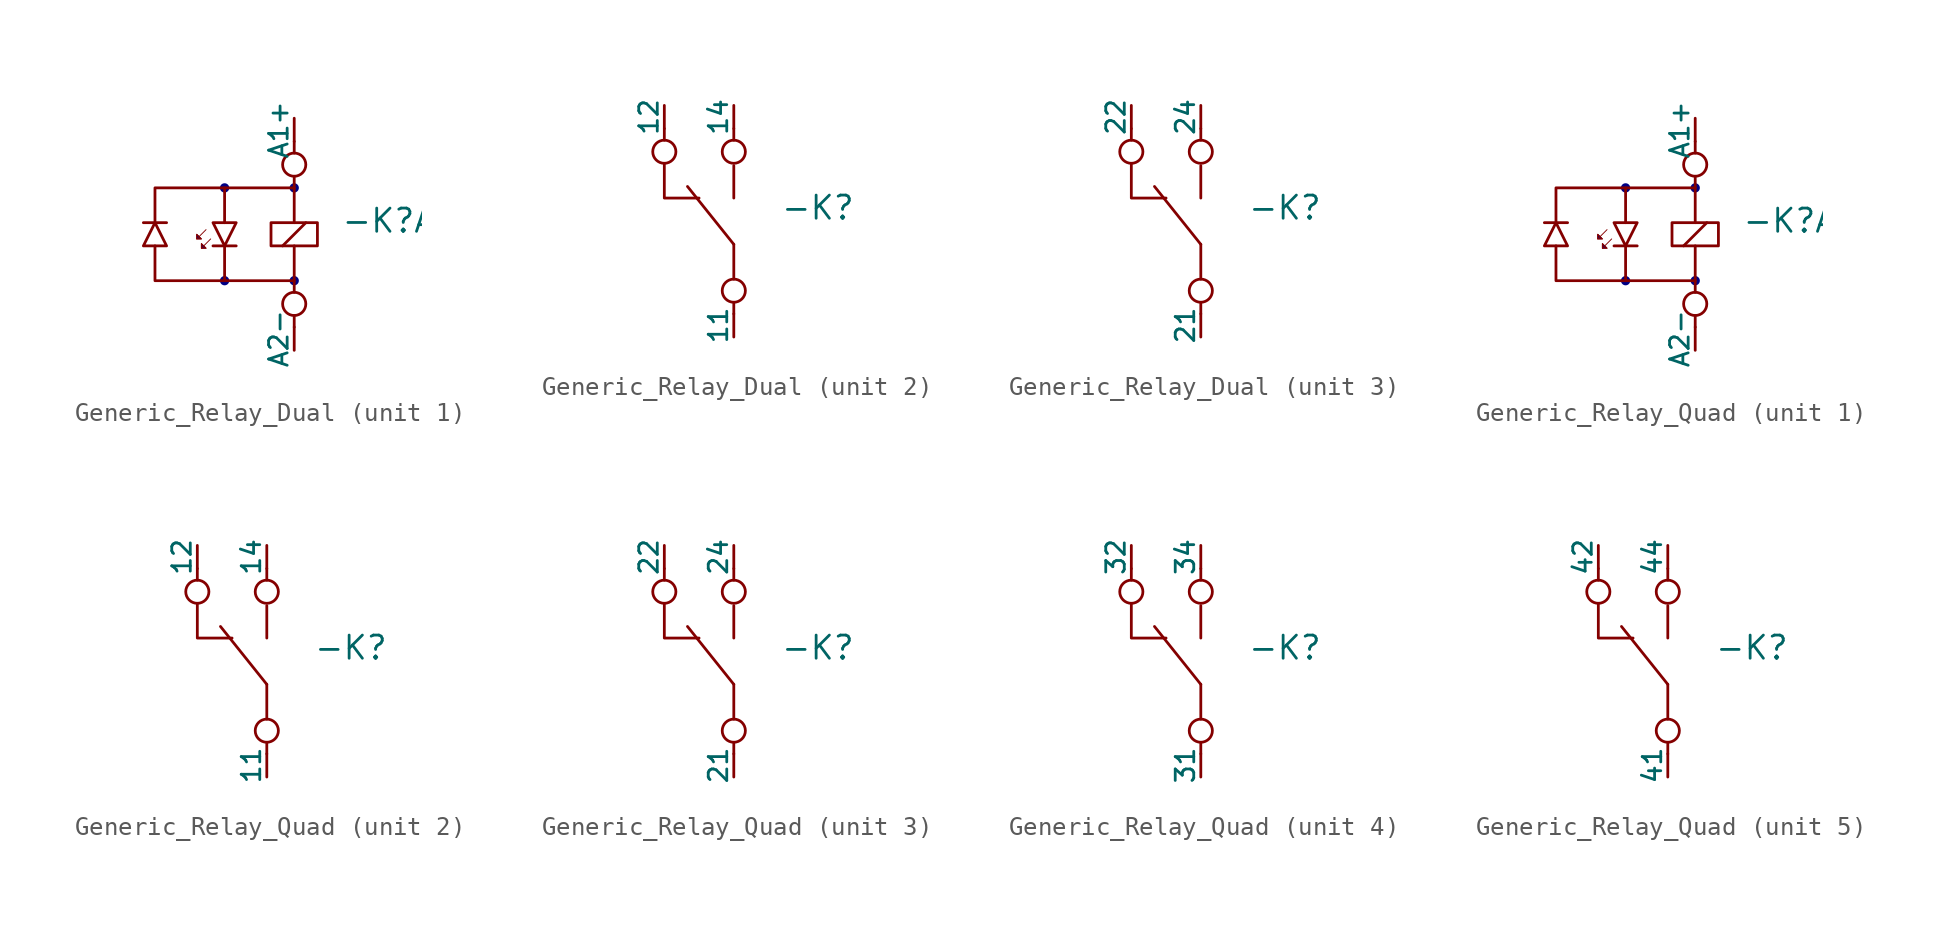
<source format=kicad_sym>
(kicad_symbol_lib
  (version 20231120)
  (generator "kicad_symbol_editor")
  (generator_version "8.0")
  (symbol "Generic_Relay_Dual"
    (pin_numbers hide)
    (pin_names
      (offset 0))
    (property "Reference" "-K"
      (at 2.54 0 0)
      (effects (font (size 1.27 1.27)) (justify left bottom)))
    (property "Value" ""
      (at 2.54 -0.635 0)
      (effects (font (size 1.016 1.016)) (justify left top)))
    (property "ki_locked" ""
      (at 0 0 0)
      (effects (font (size 1.27 1.27))))
    (symbol "Generic_Relay_Dual_1_1"
      (circle (center -3.81 -2.54) (radius 0.254) (stroke (width -0.0001) (type default)) (fill (type color) (color 0 0 132 1)))
      (circle (center -3.81 2.54) (radius 0.254) (stroke (width -0.0001) (type default)) (fill (type color) (color 0 0 132 1)))
      (rectangle (start -1.27 0.635) (end 1.27 -0.635) (stroke (width 0) (type default)) (fill (type none)))
      (circle (center 0 -3.81) (radius 0.635) (stroke (width 0) (type default)) (fill (type none)))
      (circle (center 0 -2.54) (radius 0.254) (stroke (width -0.0001) (type default)) (fill (type color) (color 0 0 132 1)))
      (polyline (pts (xy -6.985 0.635) (xy -8.255 0.635)) (stroke (width 0) (type default)) (fill (type none)))
      (polyline (pts (xy -4.826 0.254) (xy -5.334 -0.254)) (stroke (width 0.051) (type default)) (fill (type none)))
      (polyline (pts (xy -4.572 -0.254) (xy -5.08 -0.762)) (stroke (width 0.051) (type default)) (fill (type none)))
      (polyline (pts (xy -4.445 -0.635) (xy -3.175 -0.635)) (stroke (width 0) (type default)) (fill (type none)))
      (polyline (pts (xy -0.635 -0.635) (xy 0.635 0.635)) (stroke (width 0) (type default)) (fill (type none)))
      (polyline (pts (xy 0 -5.08) (xy 0 -4.445)) (stroke (width 0) (type default)) (fill (type none)))
      (polyline (pts (xy 0 -0.635) (xy 0 -3.175)) (stroke (width 0) (type default)) (fill (type none)))
      (polyline (pts (xy 0 0.635) (xy 0 3.175)) (stroke (width 0) (type default)) (fill (type none)))
      (polyline (pts (xy 0 4.445) (xy 0 5.08)) (stroke (width 0) (type default)) (fill (type none)))
      (polyline (pts (xy -3.81 -2.54) (xy -7.62 -2.54) (xy -7.62 -0.635)) (stroke (width 0) (type default)) (fill (type none)))
      (polyline (pts (xy -3.81 2.54) (xy -7.62 2.54) (xy -7.62 0.635)) (stroke (width 0) (type default)) (fill (type none)))
      (polyline (pts (xy 0 -2.54) (xy -3.81 -2.54) (xy -3.81 -0.635)) (stroke (width 0) (type default)) (fill (type none)))
      (polyline (pts (xy 0 2.54) (xy -3.81 2.54) (xy -3.81 0.635)) (stroke (width 0) (type default)) (fill (type none)))
      (polyline (pts (xy -6.985 -0.635) (xy -8.255 -0.635) (xy -7.62 0.635) (xy -6.985 -0.635)) (stroke (width 0) (type default)) (fill (type none)))
      (polyline (pts (xy -5.08 -0.254) (xy -5.334 0) (xy -5.334 -0.254) (xy -5.08 -0.254)) (stroke (width 0.051) (type default)) (fill (type color) (color 0 0 132 1)))
      (polyline (pts (xy -5.08 -0.254) (xy -5.334 0) (xy -5.334 -0.254) (xy -5.08 -0.254)) (stroke (width 0.051) (type default)) (fill (type color) (color 0 0 132 1)))
      (polyline (pts (xy -4.826 -0.762) (xy -5.08 -0.508) (xy -5.08 -0.762) (xy -4.826 -0.762)) (stroke (width 0.051) (type default)) (fill (type color) (color 0 0 132 1)))
      (polyline (pts (xy -4.826 -0.762) (xy -5.08 -0.508) (xy -5.08 -0.762) (xy -4.826 -0.762)) (stroke (width 0.051) (type default)) (fill (type color) (color 0 0 132 1)))
      (polyline (pts (xy -4.445 0.635) (xy -3.175 0.635) (xy -3.81 -0.635) (xy -4.445 0.635)) (stroke (width 0) (type default)) (fill (type none)))
      (circle (center 0 2.54) (radius 0.254) (stroke (width -0.0001) (type default)) (fill (type color) (color 0 0 132 1)))
      (circle (center 0 3.81) (radius 0.635) (stroke (width 0) (type default)) (fill (type none)))
      (pin passive line (at 0 6.35 270) (length 1.27) (name "A1+" (effects (font (size 1.016 1.016)))) (number "1" (effects (font (size 1.016 1.016)))))
      (pin passive line (at 0 -6.35 90) (length 1.27) (name "A2-" (effects (font (size 1.016 1.016)))) (number "2" (effects (font (size 1.016 1.016))))))
    (symbol "Generic_Relay_Dual_2_1"
      (circle (center -3.81 3.81) (radius 0.635) (stroke (width 0) (type default)) (fill (type none)))
      (circle (center 0 -3.81) (radius 0.635) (stroke (width 0) (type default)) (fill (type none)))
      (polyline (pts (xy -3.81 4.445) (xy -3.81 5.08)) (stroke (width 0) (type default)) (fill (type none)))
      (polyline (pts (xy 0 -5.08) (xy 0 -4.445)) (stroke (width 0) (type default)) (fill (type none)))
      (polyline (pts (xy 0 -3.175) (xy 0 -1.27)) (stroke (width 0) (type default)) (fill (type none)))
      (polyline (pts (xy 0 -1.27) (xy -2.54 1.905)) (stroke (width 0) (type default)) (fill (type none)))
      (polyline (pts (xy 0 1.27) (xy 0 3.048)) (stroke (width 0) (type default)) (fill (type none)))
      (polyline (pts (xy 0 4.445) (xy 0 5.08)) (stroke (width 0) (type default)) (fill (type none)))
      (polyline (pts (xy -1.905 1.27) (xy -3.81 1.27) (xy -3.81 3.175)) (stroke (width 0) (type default)) (fill (type none)))
      (circle (center 0 3.81) (radius 0.635) (stroke (width 0) (type default)) (fill (type none)))
      (pin passive line (at 0 -6.35 90) (length 1.27) (name "11" (effects (font (size 1.016 1.016)))) (number "11" (effects (font (size 1.016 1.016)))))
      (pin passive line (at -3.81 6.35 270) (length 1.27) (name "12" (effects (font (size 1.016 1.016)))) (number "12" (effects (font (size 1.016 1.016)))))
      (pin passive line (at 0 6.35 270) (length 1.27) (name "14" (effects (font (size 1.016 1.016)))) (number "14" (effects (font (size 1.016 1.016))))))
    (symbol "Generic_Relay_Dual_3_1"
      (circle (center -3.81 3.81) (radius 0.635) (stroke (width 0) (type default)) (fill (type none)))
      (circle (center 0 -3.81) (radius 0.635) (stroke (width 0) (type default)) (fill (type none)))
      (polyline (pts (xy -3.81 4.445) (xy -3.81 5.08)) (stroke (width 0) (type default)) (fill (type none)))
      (polyline (pts (xy 0 -5.08) (xy 0 -4.445)) (stroke (width 0) (type default)) (fill (type none)))
      (polyline (pts (xy 0 -3.175) (xy 0 -1.27)) (stroke (width 0) (type default)) (fill (type none)))
      (polyline (pts (xy 0 -1.27) (xy -2.54 1.905)) (stroke (width 0) (type default)) (fill (type none)))
      (polyline (pts (xy 0 1.27) (xy 0 3.048)) (stroke (width 0) (type default)) (fill (type none)))
      (polyline (pts (xy 0 4.445) (xy 0 5.08)) (stroke (width 0) (type default)) (fill (type none)))
      (polyline (pts (xy -1.905 1.27) (xy -3.81 1.27) (xy -3.81 3.175)) (stroke (width 0) (type default)) (fill (type none)))
      (circle (center 0 3.81) (radius 0.635) (stroke (width 0) (type default)) (fill (type none)))
      (pin passive line (at 0 -6.35 90) (length 1.27) (name "21" (effects (font (size 1.016 1.016)))) (number "21" (effects (font (size 1.016 1.016)))))
      (pin passive line (at -3.81 6.35 270) (length 1.27) (name "22" (effects (font (size 1.016 1.016)))) (number "22" (effects (font (size 1.016 1.016)))))
      (pin passive line (at 0 6.35 270) (length 1.27) (name "24" (effects (font (size 1.016 1.016)))) (number "24" (effects (font (size 1.016 1.016)))))))
  (symbol "Generic_Relay_Quad"
    (pin_numbers hide)
    (pin_names
      (offset 0))
    (property "Reference" "-K"
      (at 2.54 0 0)
      (effects (font (size 1.27 1.27)) (justify left bottom)))
    (property "Value" ""
      (at 2.54 -0.635 0)
      (effects (font (size 1.016 1.016)) (justify left top)))
    (property "ki_locked" ""
      (at 0 0 0)
      (effects (font (size 1.27 1.27))))
    (symbol "Generic_Relay_Quad_1_1"
      (circle (center -3.81 -2.54) (radius 0.254) (stroke (width -0.0001) (type default)) (fill (type color) (color 0 0 132 1)))
      (circle (center -3.81 2.54) (radius 0.254) (stroke (width -0.0001) (type default)) (fill (type color) (color 0 0 132 1)))
      (rectangle (start -1.27 0.635) (end 1.27 -0.635) (stroke (width 0) (type default)) (fill (type none)))
      (circle (center 0 -3.81) (radius 0.635) (stroke (width 0) (type default)) (fill (type none)))
      (circle (center 0 -2.54) (radius 0.254) (stroke (width -0.0001) (type default)) (fill (type color) (color 0 0 132 1)))
      (polyline (pts (xy -6.985 0.635) (xy -8.255 0.635)) (stroke (width 0) (type default)) (fill (type none)))
      (polyline (pts (xy -4.826 0.254) (xy -5.334 -0.254)) (stroke (width 0.051) (type default)) (fill (type none)))
      (polyline (pts (xy -4.572 -0.254) (xy -5.08 -0.762)) (stroke (width 0.051) (type default)) (fill (type none)))
      (polyline (pts (xy -4.445 -0.635) (xy -3.175 -0.635)) (stroke (width 0) (type default)) (fill (type none)))
      (polyline (pts (xy -0.635 -0.635) (xy 0.635 0.635)) (stroke (width 0) (type default)) (fill (type none)))
      (polyline (pts (xy 0 -5.08) (xy 0 -4.445)) (stroke (width 0) (type default)) (fill (type none)))
      (polyline (pts (xy 0 -0.635) (xy 0 -3.175)) (stroke (width 0) (type default)) (fill (type none)))
      (polyline (pts (xy 0 0.635) (xy 0 3.175)) (stroke (width 0) (type default)) (fill (type none)))
      (polyline (pts (xy 0 4.445) (xy 0 5.08)) (stroke (width 0) (type default)) (fill (type none)))
      (polyline (pts (xy -3.81 -2.54) (xy -7.62 -2.54) (xy -7.62 -0.635)) (stroke (width 0) (type default)) (fill (type none)))
      (polyline (pts (xy -3.81 2.54) (xy -7.62 2.54) (xy -7.62 0.635)) (stroke (width 0) (type default)) (fill (type none)))
      (polyline (pts (xy 0 -2.54) (xy -3.81 -2.54) (xy -3.81 -0.635)) (stroke (width 0) (type default)) (fill (type none)))
      (polyline (pts (xy 0 2.54) (xy -3.81 2.54) (xy -3.81 0.635)) (stroke (width 0) (type default)) (fill (type none)))
      (polyline (pts (xy -6.985 -0.635) (xy -8.255 -0.635) (xy -7.62 0.635) (xy -6.985 -0.635)) (stroke (width 0) (type default)) (fill (type none)))
      (polyline (pts (xy -5.08 -0.254) (xy -5.334 0) (xy -5.334 -0.254) (xy -5.08 -0.254)) (stroke (width 0.051) (type default)) (fill (type color) (color 0 0 132 1)))
      (polyline (pts (xy -5.08 -0.254) (xy -5.334 0) (xy -5.334 -0.254) (xy -5.08 -0.254)) (stroke (width 0.051) (type default)) (fill (type color) (color 0 0 132 1)))
      (polyline (pts (xy -4.826 -0.762) (xy -5.08 -0.508) (xy -5.08 -0.762) (xy -4.826 -0.762)) (stroke (width 0.051) (type default)) (fill (type color) (color 0 0 132 1)))
      (polyline (pts (xy -4.826 -0.762) (xy -5.08 -0.508) (xy -5.08 -0.762) (xy -4.826 -0.762)) (stroke (width 0.051) (type default)) (fill (type color) (color 0 0 132 1)))
      (polyline (pts (xy -4.445 0.635) (xy -3.175 0.635) (xy -3.81 -0.635) (xy -4.445 0.635)) (stroke (width 0) (type default)) (fill (type none)))
      (circle (center 0 2.54) (radius 0.254) (stroke (width -0.0001) (type default)) (fill (type color) (color 0 0 132 1)))
      (circle (center 0 3.81) (radius 0.635) (stroke (width 0) (type default)) (fill (type none)))
      (pin passive line (at 0 6.35 270) (length 1.27) (name "A1+" (effects (font (size 1.016 1.016)))) (number "1" (effects (font (size 1.016 1.016)))))
      (pin passive line (at 0 -6.35 90) (length 1.27) (name "A2-" (effects (font (size 1.016 1.016)))) (number "2" (effects (font (size 1.016 1.016))))))
    (symbol "Generic_Relay_Quad_2_1"
      (circle (center -3.81 3.81) (radius 0.635) (stroke (width 0) (type default)) (fill (type none)))
      (circle (center 0 -3.81) (radius 0.635) (stroke (width 0) (type default)) (fill (type none)))
      (polyline (pts (xy -3.81 4.445) (xy -3.81 5.08)) (stroke (width 0) (type default)) (fill (type none)))
      (polyline (pts (xy 0 -5.08) (xy 0 -4.445)) (stroke (width 0) (type default)) (fill (type none)))
      (polyline (pts (xy 0 -3.175) (xy 0 -1.27)) (stroke (width 0) (type default)) (fill (type none)))
      (polyline (pts (xy 0 -1.27) (xy -2.54 1.905)) (stroke (width 0) (type default)) (fill (type none)))
      (polyline (pts (xy 0 1.27) (xy 0 3.048)) (stroke (width 0) (type default)) (fill (type none)))
      (polyline (pts (xy 0 4.445) (xy 0 5.08)) (stroke (width 0) (type default)) (fill (type none)))
      (polyline (pts (xy -1.905 1.27) (xy -3.81 1.27) (xy -3.81 3.175)) (stroke (width 0) (type default)) (fill (type none)))
      (circle (center 0 3.81) (radius 0.635) (stroke (width 0) (type default)) (fill (type none)))
      (pin passive line (at 0 -6.35 90) (length 1.27) (name "11" (effects (font (size 1.016 1.016)))) (number "11" (effects (font (size 1.016 1.016)))))
      (pin passive line (at -3.81 6.35 270) (length 1.27) (name "12" (effects (font (size 1.016 1.016)))) (number "12" (effects (font (size 1.016 1.016)))))
      (pin passive line (at 0 6.35 270) (length 1.27) (name "14" (effects (font (size 1.016 1.016)))) (number "14" (effects (font (size 1.016 1.016))))))
    (symbol "Generic_Relay_Quad_3_1"
      (circle (center -3.81 3.81) (radius 0.635) (stroke (width 0) (type default)) (fill (type none)))
      (circle (center 0 -3.81) (radius 0.635) (stroke (width 0) (type default)) (fill (type none)))
      (polyline (pts (xy -3.81 4.445) (xy -3.81 5.08)) (stroke (width 0) (type default)) (fill (type none)))
      (polyline (pts (xy 0 -5.08) (xy 0 -4.445)) (stroke (width 0) (type default)) (fill (type none)))
      (polyline (pts (xy 0 -3.175) (xy 0 -1.27)) (stroke (width 0) (type default)) (fill (type none)))
      (polyline (pts (xy 0 -1.27) (xy -2.54 1.905)) (stroke (width 0) (type default)) (fill (type none)))
      (polyline (pts (xy 0 1.27) (xy 0 3.048)) (stroke (width 0) (type default)) (fill (type none)))
      (polyline (pts (xy 0 4.445) (xy 0 5.08)) (stroke (width 0) (type default)) (fill (type none)))
      (polyline (pts (xy -1.905 1.27) (xy -3.81 1.27) (xy -3.81 3.175)) (stroke (width 0) (type default)) (fill (type none)))
      (circle (center 0 3.81) (radius 0.635) (stroke (width 0) (type default)) (fill (type none)))
      (pin passive line (at 0 -6.35 90) (length 1.27) (name "21" (effects (font (size 1.016 1.016)))) (number "21" (effects (font (size 1.016 1.016)))))
      (pin passive line (at -3.81 6.35 270) (length 1.27) (name "22" (effects (font (size 1.016 1.016)))) (number "22" (effects (font (size 1.016 1.016)))))
      (pin passive line (at 0 6.35 270) (length 1.27) (name "24" (effects (font (size 1.016 1.016)))) (number "24" (effects (font (size 1.016 1.016))))))
    (symbol "Generic_Relay_Quad_4_1"
      (circle (center -3.81 3.81) (radius 0.635) (stroke (width 0) (type default)) (fill (type none)))
      (circle (center 0 -3.81) (radius 0.635) (stroke (width 0) (type default)) (fill (type none)))
      (polyline (pts (xy -3.81 4.445) (xy -3.81 5.08)) (stroke (width 0) (type default)) (fill (type none)))
      (polyline (pts (xy 0 -5.08) (xy 0 -4.445)) (stroke (width 0) (type default)) (fill (type none)))
      (polyline (pts (xy 0 -3.175) (xy 0 -1.27)) (stroke (width 0) (type default)) (fill (type none)))
      (polyline (pts (xy 0 -1.27) (xy -2.54 1.905)) (stroke (width 0) (type default)) (fill (type none)))
      (polyline (pts (xy 0 1.27) (xy 0 3.048)) (stroke (width 0) (type default)) (fill (type none)))
      (polyline (pts (xy 0 4.445) (xy 0 5.08)) (stroke (width 0) (type default)) (fill (type none)))
      (polyline (pts (xy -1.905 1.27) (xy -3.81 1.27) (xy -3.81 3.175)) (stroke (width 0) (type default)) (fill (type none)))
      (circle (center 0 3.81) (radius 0.635) (stroke (width 0) (type default)) (fill (type none)))
      (pin passive line (at 0 -6.35 90) (length 1.27) (name "31" (effects (font (size 1.016 1.016)))) (number "31" (effects (font (size 1.016 1.016)))))
      (pin passive line (at -3.81 6.35 270) (length 1.27) (name "32" (effects (font (size 1.016 1.016)))) (number "32" (effects (font (size 1.016 1.016)))))
      (pin passive line (at 0 6.35 270) (length 1.27) (name "34" (effects (font (size 1.016 1.016)))) (number "34" (effects (font (size 1.016 1.016))))))
    (symbol "Generic_Relay_Quad_5_1"
      (circle (center -3.81 3.81) (radius 0.635) (stroke (width 0) (type default)) (fill (type none)))
      (circle (center 0 -3.81) (radius 0.635) (stroke (width 0) (type default)) (fill (type none)))
      (polyline (pts (xy -3.81 4.445) (xy -3.81 5.08)) (stroke (width 0) (type default)) (fill (type none)))
      (polyline (pts (xy 0 -5.08) (xy 0 -4.445)) (stroke (width 0) (type default)) (fill (type none)))
      (polyline (pts (xy 0 -3.175) (xy 0 -1.27)) (stroke (width 0) (type default)) (fill (type none)))
      (polyline (pts (xy 0 -1.27) (xy -2.54 1.905)) (stroke (width 0) (type default)) (fill (type none)))
      (polyline (pts (xy 0 1.27) (xy 0 3.048)) (stroke (width 0) (type default)) (fill (type none)))
      (polyline (pts (xy 0 4.445) (xy 0 5.08)) (stroke (width 0) (type default)) (fill (type none)))
      (polyline (pts (xy -1.905 1.27) (xy -3.81 1.27) (xy -3.81 3.175)) (stroke (width 0) (type default)) (fill (type none)))
      (circle (center 0 3.81) (radius 0.635) (stroke (width 0) (type default)) (fill (type none)))
      (pin passive line (at 0 -6.35 90) (length 1.27) (name "41" (effects (font (size 1.016 1.016)))) (number "41" (effects (font (size 1.016 1.016)))))
      (pin passive line (at -3.81 6.35 270) (length 1.27) (name "42" (effects (font (size 1.016 1.016)))) (number "42" (effects (font (size 1.016 1.016)))))
      (pin passive line (at 0 6.35 270) (length 1.27) (name "44" (effects (font (size 1.016 1.016)))) (number "44" (effects (font (size 1.016 1.016))))))))
</source>
